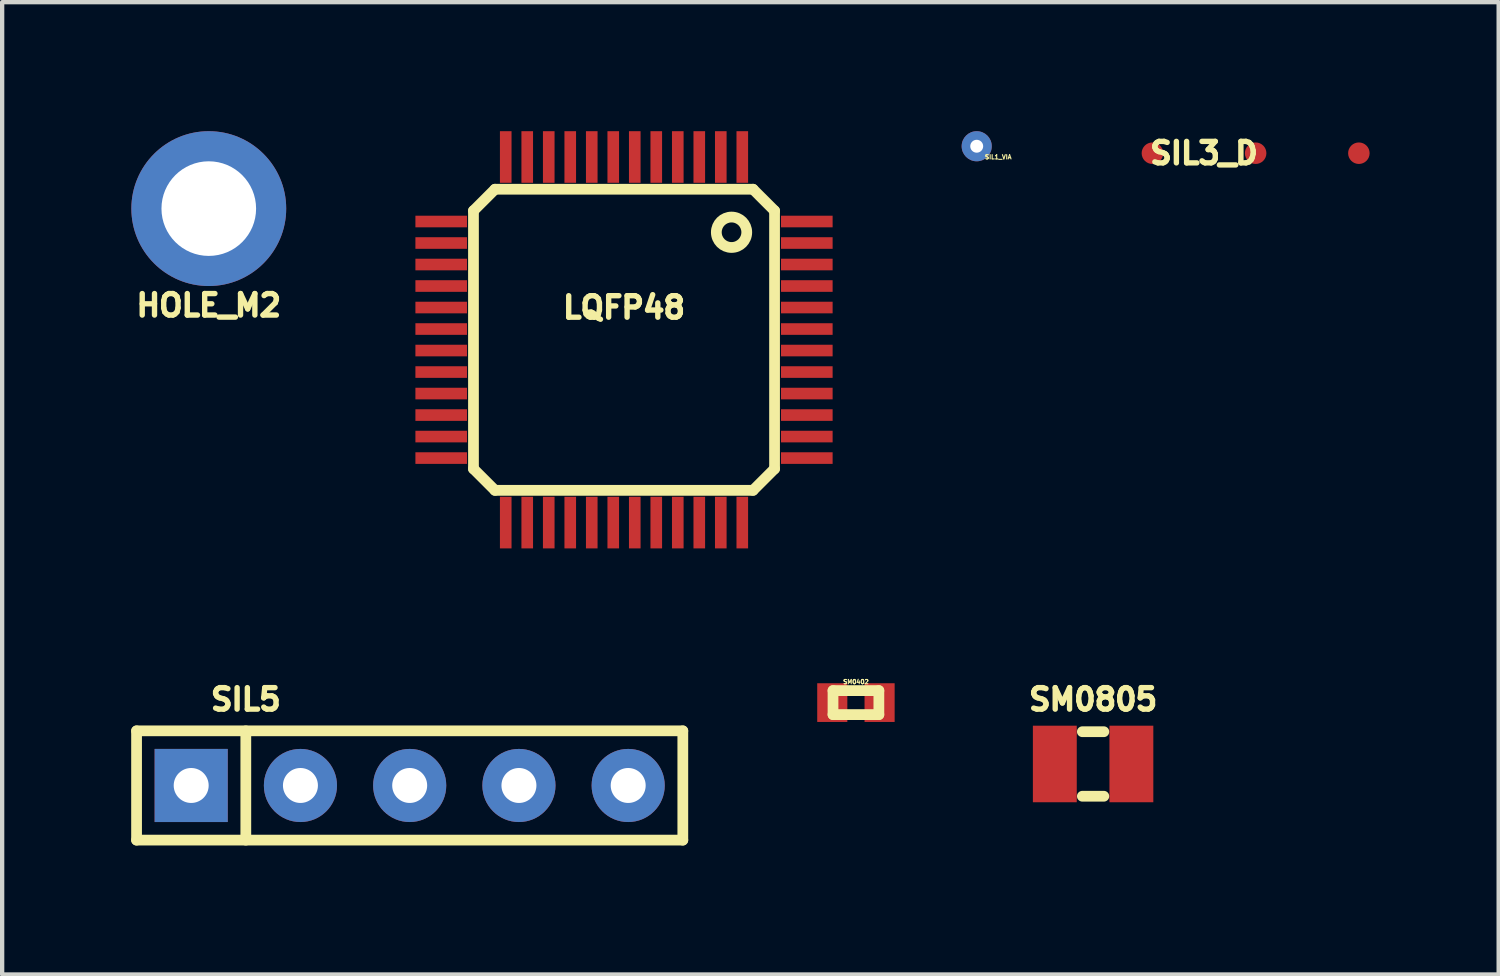
<source format=kicad_pcb>
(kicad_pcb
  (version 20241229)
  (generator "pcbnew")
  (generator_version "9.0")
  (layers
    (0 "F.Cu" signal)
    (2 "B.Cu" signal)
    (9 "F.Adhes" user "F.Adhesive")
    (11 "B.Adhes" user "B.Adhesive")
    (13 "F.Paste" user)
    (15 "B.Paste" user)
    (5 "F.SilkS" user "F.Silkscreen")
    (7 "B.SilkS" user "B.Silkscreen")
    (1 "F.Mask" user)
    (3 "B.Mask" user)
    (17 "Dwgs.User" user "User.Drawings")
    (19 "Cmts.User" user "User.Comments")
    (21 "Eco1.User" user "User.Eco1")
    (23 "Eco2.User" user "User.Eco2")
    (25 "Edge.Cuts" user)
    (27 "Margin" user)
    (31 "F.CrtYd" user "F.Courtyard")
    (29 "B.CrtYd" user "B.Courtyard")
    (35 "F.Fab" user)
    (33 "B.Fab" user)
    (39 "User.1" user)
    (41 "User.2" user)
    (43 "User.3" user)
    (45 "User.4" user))
  (footprint "SIL5"
    (layer "F.Cu")
    (at 2.665 15.212)
    (property "Reference" "SIL5" (at 0 -2 0) (layer "F.SilkS") (effects (font (size 0.5 0.5) (thickness 0.125))))
    (attr through_hole)
    (fp_line (start -2.54 -1.27) (end 10.16 -1.27) (stroke (width 0.25) (type solid)) (layer "F.SilkS"))
    (fp_line (start -2.54 1.27) (end -2.54 -1.27) (stroke (width 0.25) (type solid)) (layer "F.SilkS"))
    (fp_line (start 0 -1.27) (end 0 1.27) (stroke (width 0.25) (type solid)) (layer "F.SilkS"))
    (fp_line (start 10.16 -1.27) (end 10.16 1.27) (stroke (width 0.25) (type solid)) (layer "F.SilkS"))
    (fp_line (start 10.16 1.27) (end -2.54 1.27) (stroke (width 0.25) (type solid)) (layer "F.SilkS"))
    (pad "1" thru_hole rect (at -1.27 0) (size 1.7 1.7) (drill 0.813) (layers "*.Cu" "*.Mask"))
    (pad "2" thru_hole circle (at 1.27 0) (size 1.7 1.7) (drill 0.813) (layers "*.Cu" "*.Mask"))
    (pad "3" thru_hole circle (at 3.81 0) (size 1.7 1.7) (drill 0.813) (layers "*.Cu" "*.Mask"))
    (pad "4" thru_hole circle (at 6.35 0) (size 1.7 1.7) (drill 0.813) (layers "*.Cu" "*.Mask"))
    (pad "5" thru_hole circle (at 8.89 0) (size 1.7 1.7) (drill 0.813) (layers "*.Cu" "*.Mask")))
  (footprint "LQFP48"
    (layer "F.Cu")
    (at 11.458 4.85)
    (property "Reference" "LQFP48" (at 0 -0.75 0) (layer "F.SilkS") (effects (font (size 0.5 0.5) (thickness 0.125))))
    (attr smd)
    (fp_line (start -3.5 -3) (end -3 -3.5) (stroke (width 0.25) (type solid)) (layer "F.SilkS"))
    (fp_line (start -3.5 3) (end -3.5 -3) (stroke (width 0.25) (type solid)) (layer "F.SilkS"))
    (fp_line (start -3 -3.5) (end 3 -3.5) (stroke (width 0.25) (type solid)) (layer "F.SilkS"))
    (fp_line (start -3 3.5) (end -3.5 3) (stroke (width 0.25) (type solid)) (layer "F.SilkS"))
    (fp_line (start 3 -3.5) (end 3.5 -3) (stroke (width 0.25) (type solid)) (layer "F.SilkS"))
    (fp_line (start 3 3.5) (end -3 3.5) (stroke (width 0.25) (type solid)) (layer "F.SilkS"))
    (fp_line (start 3.5 -3) (end 3.5 3) (stroke (width 0.25) (type solid)) (layer "F.SilkS"))
    (fp_line (start 3.5 3) (end 3 3.5) (stroke (width 0.25) (type solid)) (layer "F.SilkS"))
    (fp_circle (center 2.5 -2.5) (end 2.75 -2.25) (stroke (width 0.25) (type solid)) (fill no) (layer "F.SilkS"))
    (pad "1" smd rect (at 2.75 -4.25) (size 0.27 1.2) (layers "F.Cu" "F.Mask" "F.Paste"))
    (pad "2" smd rect (at 2.25 -4.25) (size 0.27 1.2) (layers "F.Cu" "F.Mask" "F.Paste"))
    (pad "3" smd rect (at 1.75 -4.25) (size 0.27 1.2) (layers "F.Cu" "F.Mask" "F.Paste"))
    (pad "4" smd rect (at 1.25 -4.25) (size 0.27 1.2) (layers "F.Cu" "F.Mask" "F.Paste"))
    (pad "5" smd rect (at 0.75 -4.25) (size 0.27 1.2) (layers "F.Cu" "F.Mask" "F.Paste"))
    (pad "6" smd rect (at 0.25 -4.25) (size 0.27 1.2) (layers "F.Cu" "F.Mask" "F.Paste"))
    (pad "7" smd rect (at -0.25 -4.25) (size 0.27 1.2) (layers "F.Cu" "F.Mask" "F.Paste"))
    (pad "8" smd rect (at -0.75 -4.25) (size 0.27 1.2) (layers "F.Cu" "F.Mask" "F.Paste"))
    (pad "9" smd rect (at -1.25 -4.25) (size 0.27 1.2) (layers "F.Cu" "F.Mask" "F.Paste"))
    (pad "10" smd rect (at -1.75 -4.25) (size 0.27 1.2) (layers "F.Cu" "F.Mask" "F.Paste"))
    (pad "11" smd rect (at -2.25 -4.25) (size 0.27 1.2) (layers "F.Cu" "F.Mask" "F.Paste"))
    (pad "12" smd rect (at -2.75 -4.25) (size 0.27 1.2) (layers "F.Cu" "F.Mask" "F.Paste"))
    (pad "13" smd rect (at -4.25 -2.75) (size 1.2 0.27) (layers "F.Cu" "F.Mask" "F.Paste"))
    (pad "14" smd rect (at -4.25 -2.25) (size 1.2 0.27) (layers "F.Cu" "F.Mask" "F.Paste"))
    (pad "15" smd rect (at -4.25 -1.75) (size 1.2 0.27) (layers "F.Cu" "F.Mask" "F.Paste"))
    (pad "16" smd rect (at -4.25 -1.25) (size 1.2 0.27) (layers "F.Cu" "F.Mask" "F.Paste"))
    (pad "17" smd rect (at -4.25 -0.75) (size 1.2 0.27) (layers "F.Cu" "F.Mask" "F.Paste"))
    (pad "18" smd rect (at -4.25 -0.25) (size 1.2 0.27) (layers "F.Cu" "F.Mask" "F.Paste"))
    (pad "19" smd rect (at -4.25 0.25) (size 1.2 0.27) (layers "F.Cu" "F.Mask" "F.Paste"))
    (pad "20" smd rect (at -4.25 0.75) (size 1.2 0.27) (layers "F.Cu" "F.Mask" "F.Paste"))
    (pad "21" smd rect (at -4.25 1.25) (size 1.2 0.27) (layers "F.Cu" "F.Mask" "F.Paste"))
    (pad "22" smd rect (at -4.25 1.75) (size 1.2 0.27) (layers "F.Cu" "F.Mask" "F.Paste"))
    (pad "23" smd rect (at -4.25 2.25) (size 1.2 0.27) (layers "F.Cu" "F.Mask" "F.Paste"))
    (pad "24" smd rect (at -4.25 2.75) (size 1.2 0.27) (layers "F.Cu" "F.Mask" "F.Paste"))
    (pad "25" smd rect (at -2.75 4.25) (size 0.27 1.2) (layers "F.Cu" "F.Mask" "F.Paste"))
    (pad "26" smd rect (at -2.25 4.25) (size 0.27 1.2) (layers "F.Cu" "F.Mask" "F.Paste"))
    (pad "27" smd rect (at -1.75 4.25) (size 0.27 1.2) (layers "F.Cu" "F.Mask" "F.Paste"))
    (pad "28" smd rect (at -1.25 4.25) (size 0.27 1.2) (layers "F.Cu" "F.Mask" "F.Paste"))
    (pad "29" smd rect (at -0.75 4.25) (size 0.27 1.2) (layers "F.Cu" "F.Mask" "F.Paste"))
    (pad "30" smd rect (at -0.25 4.25) (size 0.27 1.2) (layers "F.Cu" "F.Mask" "F.Paste"))
    (pad "31" smd rect (at 0.25 4.25) (size 0.27 1.2) (layers "F.Cu" "F.Mask" "F.Paste"))
    (pad "32" smd rect (at 0.75 4.25) (size 0.27 1.2) (layers "F.Cu" "F.Mask" "F.Paste"))
    (pad "33" smd rect (at 1.25 4.25) (size 0.27 1.2) (layers "F.Cu" "F.Mask" "F.Paste"))
    (pad "34" smd rect (at 1.75 4.25) (size 0.27 1.2) (layers "F.Cu" "F.Mask" "F.Paste"))
    (pad "35" smd rect (at 2.25 4.25) (size 0.27 1.2) (layers "F.Cu" "F.Mask" "F.Paste"))
    (pad "36" smd rect (at 2.75 4.25) (size 0.27 1.2) (layers "F.Cu" "F.Mask" "F.Paste"))
    (pad "37" smd rect (at 4.25 2.75) (size 1.2 0.27) (layers "F.Cu" "F.Mask" "F.Paste"))
    (pad "38" smd rect (at 4.25 2.25) (size 1.2 0.27) (layers "F.Cu" "F.Mask" "F.Paste"))
    (pad "39" smd rect (at 4.25 1.75) (size 1.2 0.27) (layers "F.Cu" "F.Mask" "F.Paste"))
    (pad "40" smd rect (at 4.25 1.25) (size 1.2 0.27) (layers "F.Cu" "F.Mask" "F.Paste"))
    (pad "41" smd rect (at 4.25 0.75) (size 1.2 0.27) (layers "F.Cu" "F.Mask" "F.Paste"))
    (pad "42" smd rect (at 4.25 0.25) (size 1.2 0.27) (layers "F.Cu" "F.Mask" "F.Paste"))
    (pad "43" smd rect (at 4.25 -0.25) (size 1.2 0.27) (layers "F.Cu" "F.Mask" "F.Paste"))
    (pad "44" smd rect (at 4.25 -0.75) (size 1.2 0.27) (layers "F.Cu" "F.Mask" "F.Paste"))
    (pad "45" smd rect (at 4.25 -1.25) (size 1.2 0.27) (layers "F.Cu" "F.Mask" "F.Paste"))
    (pad "46" smd rect (at 4.25 -1.75) (size 1.2 0.27) (layers "F.Cu" "F.Mask" "F.Paste"))
    (pad "47" smd rect (at 4.25 -2.25) (size 1.2 0.27) (layers "F.Cu" "F.Mask" "F.Paste"))
    (pad "48" smd rect (at 4.25 -2.75) (size 1.2 0.27) (layers "F.Cu" "F.Mask" "F.Paste")))
  (footprint "HOLE_M2"
    (layer "F.Cu")
    (at 1.804 1.8)
    (property "Reference" "HOLE_M2" (at 0 2.25 0) (layer "F.SilkS") (effects (font (size 0.5 0.5) (thickness 0.125))))
    (attr through_hole)
    (pad "" thru_hole circle (at 0 0) (size 3.6 3.6) (drill 2.2) (layers "*.Cu" "*.Mask")))
  (footprint "SM0402"
    (layer "F.Cu")
    (at 16.85 13.285)
    (property "Reference" "SM0402" (at 0 -0.483 0) (layer "F.SilkS") (effects (font (size 0.1 0.1) (thickness 0.025))))
    (attr through_hole)
    (fp_line (start -0.533 -0.279) (end -0.533 0.279) (stroke (width 0.25) (type solid)) (layer "F.SilkS"))
    (fp_line (start -0.533 0.279) (end 0.533 0.279) (stroke (width 0.25) (type solid)) (layer "F.SilkS"))
    (fp_line (start 0.533 -0.279) (end -0.533 -0.279) (stroke (width 0.25) (type solid)) (layer "F.SilkS"))
    (fp_line (start 0.533 0.279) (end 0.533 -0.279) (stroke (width 0.25) (type solid)) (layer "F.SilkS"))
    (pad "1" smd rect (at -0.55 0) (size 0.7 0.9) (layers "F.Cu" "F.Mask" "F.Paste"))
    (pad "2" smd rect (at 0.55 0) (size 0.7 0.9) (layers "F.Cu" "F.Mask" "F.Paste")))
  (footprint "SIL3_D"
    (layer "F.Cu")
    (at 24.943 0.512)
    (property "Reference" "SIL3_D" (at 0 0 0) (layer "F.SilkS") (effects (font (size 0.5 0.5) (thickness 0.125))))
    (attr through_hole)
    (pad "1" smd circle (at -1.2 0) (size 0.5 0.5) (layers "F.Cu" "F.Mask" "F.Paste"))
    (pad "2" smd circle (at 1.2 0) (size 0.5 0.5) (layers "F.Cu" "F.Mask" "F.Paste"))
    (pad "3" smd circle (at 3.6 0) (size 0.5 0.5) (layers "F.Cu" "F.Mask" "F.Paste")))
  (footprint "SIL1_VIA"
    (layer "F.Cu")
    (at 19.658 0.35)
    (property "Reference" "SIL1_VIA" (at 0.5 0.25 0) (layer "F.SilkS") (effects (font (size 0.1 0.1) (thickness 0.025))))
    (attr through_hole)
    (pad "1" thru_hole circle (at 0 0) (size 0.7 0.7) (drill 0.3) (layers "*.Cu")))
  (footprint "SM0805"
    (layer "F.Cu")
    (at 22.364 14.712)
    (property "Reference" "SM0805" (at 0 -1.5 0) (layer "F.SilkS") (effects (font (size 0.5 0.5) (thickness 0.125))))
    (attr smd)
    (fp_line (start -0.25 -0.75) (end 0.25 -0.75) (stroke (width 0.25) (type solid)) (layer "F.SilkS"))
    (fp_line (start 0.25 0.75) (end -0.25 0.75) (stroke (width 0.25) (type solid)) (layer "F.SilkS"))
    (pad "1" smd rect (at -0.89 0) (size 1.02 1.78) (layers "F.Cu" "F.Mask" "F.Paste"))
    (pad "2" smd rect (at 0.89 0) (size 1.02 1.78) (layers "F.Cu" "F.Mask" "F.Paste")))
  (gr_rect
    (start -3 -3)
    (end 31.793 19.607)
    (stroke (width 0.1) (type default))
    (fill no)
    (layer "Edge.Cuts")))
</source>
